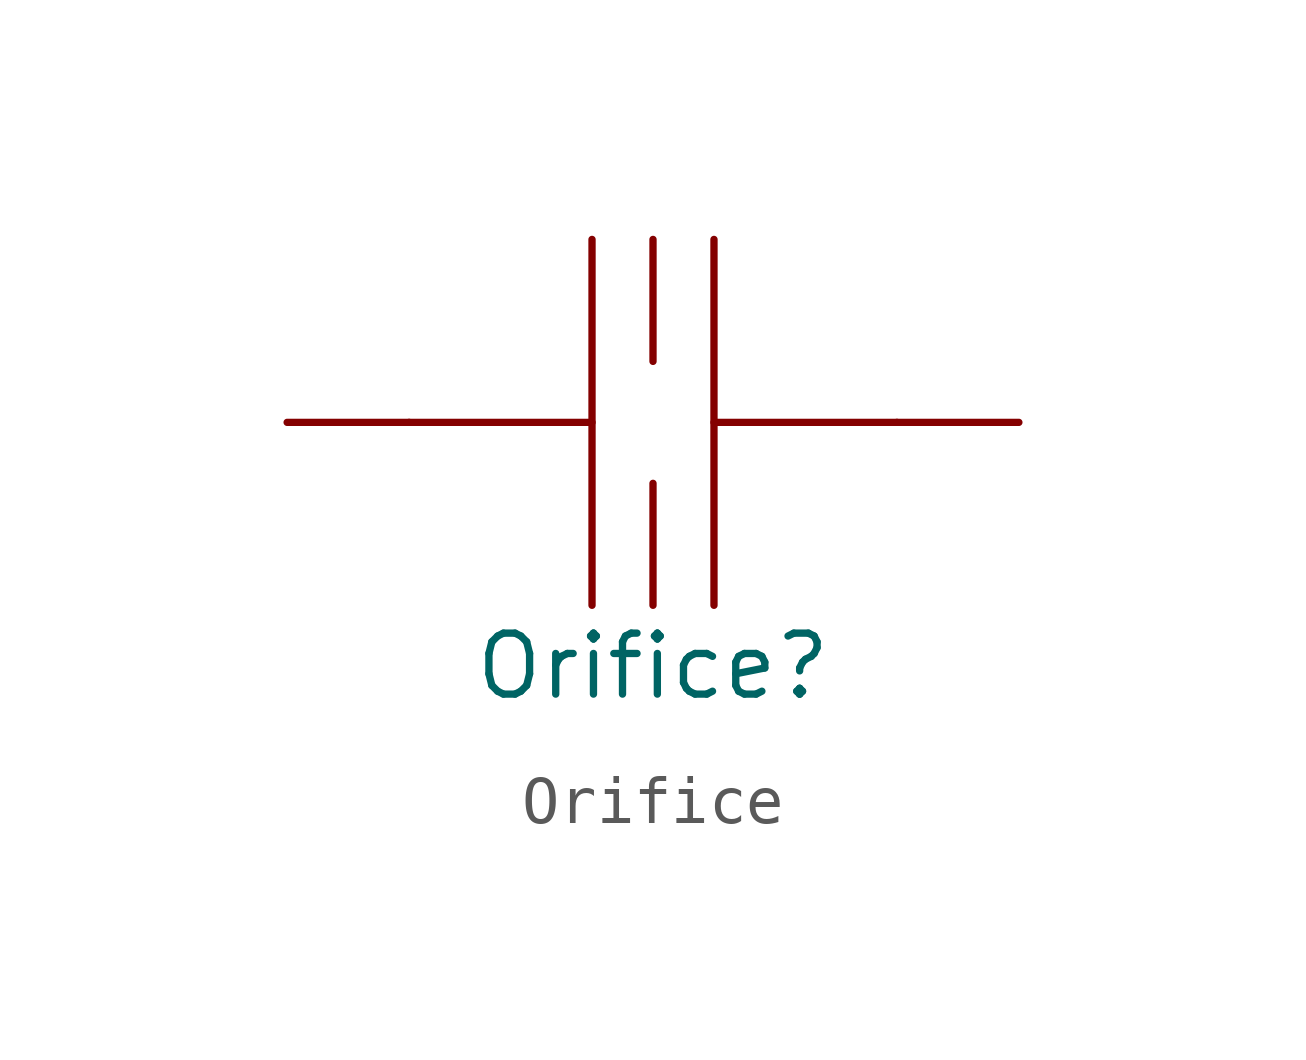
<source format=kicad_sym>
(kicad_symbol_lib
  (version 20211014)
  (generator kicad_symbol_editor)
  (symbol "Orifice"
    (pin_numbers hide)
    (pin_names
      (offset 1.016))
    (property "Reference" "Orifice"
      (at 0 -5.08 0)
      (effects (font (size 1.27 1.27))))
    (symbol "Orifice_0_0"
      (rectangle (start -1.27 0) (end -5.08 0) (stroke (width 0) (type default) (color 0 0 0 0)) (fill (type none)))
      (rectangle (start -1.27 3.81) (end -1.27 -3.81) (stroke (width 0) (type default) (color 0 0 0 0)) (fill (type none)))
      (rectangle (start 0 -1.27) (end 0 -3.81) (stroke (width 0) (type default) (color 0 0 0 0)) (fill (type none)))
      (rectangle (start 0 1.27) (end 0 3.81) (stroke (width 0) (type default) (color 0 0 0 0)) (fill (type none)))
      (rectangle (start 1.27 0) (end 5.08 0) (stroke (width 0) (type default) (color 0 0 0 0)) (fill (type none)))
      (rectangle (start 1.27 3.81) (end 1.27 -3.81) (stroke (width 0) (type default) (color 0 0 0 0)) (fill (type none))))
    (symbol "Orifice_1_1"
      (pin bidirectional line (at -7.62 0 0) (length 2.54) (name "~" (effects (font (size 1.27 1.27)))) (number "~" (effects (font (size 1.27 1.27)))))
      (pin bidirectional line (at 7.62 0 180) (length 2.54) (name "~" (effects (font (size 1.27 1.27)))) (number "~" (effects (font (size 1.27 1.27))))))))
</source>
